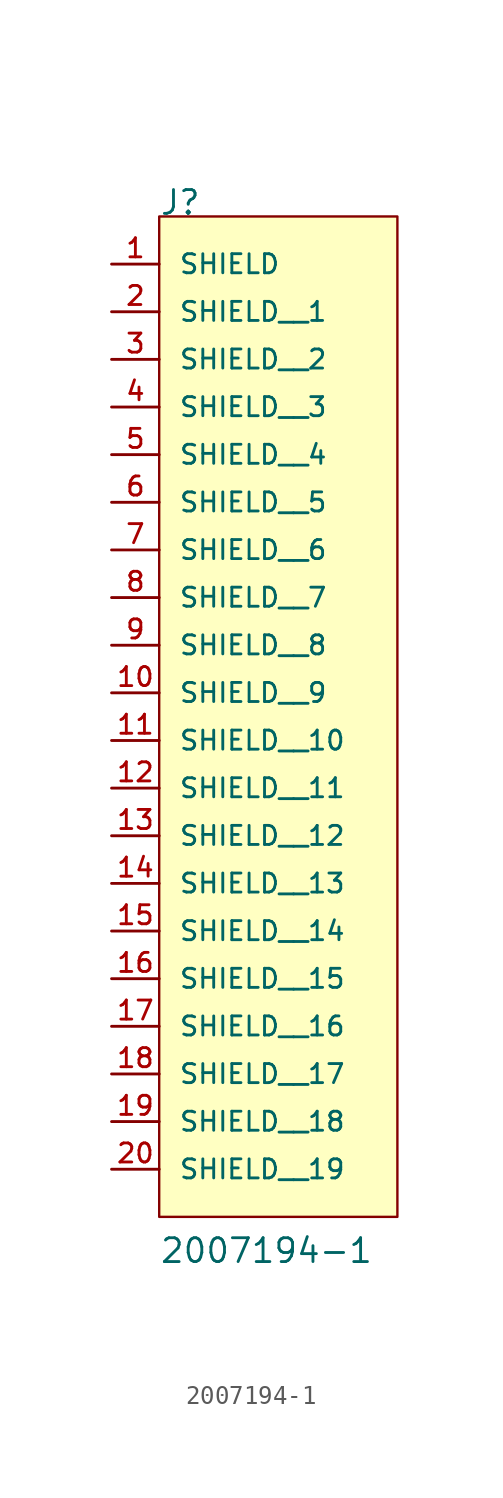
<source format=kicad_sym>
(kicad_symbol_lib
  (version 20211014)
  (generator kicad_symbol_editor)
  (symbol "2007194-1"
    (pin_names
      (offset 1.016))
    (property "Reference" "J"
      (at -5.084 2.542 0)
      (effects (font (size 1.27 1.27)) (justify bottom left)))
    (property "Value" "2007194-1"
      (at -5.086 -53.346 0)
      (effects (font (size 1.27 1.27)) (justify bottom left)))
    (symbol "2007194-1_0_0"
      (rectangle (start -5.08 -50.8) (end 7.62 2.54) (stroke (width 0.127)) (fill (type background)))
      (pin passive line (at -7.62 0.0 0) (length 2.54) (name "SHIELD" (effects (font (size 1.016 1.016)))) (number "1" (effects (font (size 1.016 1.016)))))
      (pin passive line (at -7.62 -2.54 0) (length 2.54) (name "SHIELD__1" (effects (font (size 1.016 1.016)))) (number "2" (effects (font (size 1.016 1.016)))))
      (pin passive line (at -7.62 -5.08 0) (length 2.54) (name "SHIELD__2" (effects (font (size 1.016 1.016)))) (number "3" (effects (font (size 1.016 1.016)))))
      (pin passive line (at -7.62 -7.62 0) (length 2.54) (name "SHIELD__3" (effects (font (size 1.016 1.016)))) (number "4" (effects (font (size 1.016 1.016)))))
      (pin passive line (at -7.62 -10.16 0) (length 2.54) (name "SHIELD__4" (effects (font (size 1.016 1.016)))) (number "5" (effects (font (size 1.016 1.016)))))
      (pin passive line (at -7.62 -12.7 0) (length 2.54) (name "SHIELD__5" (effects (font (size 1.016 1.016)))) (number "6" (effects (font (size 1.016 1.016)))))
      (pin passive line (at -7.62 -15.24 0) (length 2.54) (name "SHIELD__6" (effects (font (size 1.016 1.016)))) (number "7" (effects (font (size 1.016 1.016)))))
      (pin passive line (at -7.62 -17.78 0) (length 2.54) (name "SHIELD__7" (effects (font (size 1.016 1.016)))) (number "8" (effects (font (size 1.016 1.016)))))
      (pin passive line (at -7.62 -20.32 0) (length 2.54) (name "SHIELD__8" (effects (font (size 1.016 1.016)))) (number "9" (effects (font (size 1.016 1.016)))))
      (pin passive line (at -7.62 -22.86 0) (length 2.54) (name "SHIELD__9" (effects (font (size 1.016 1.016)))) (number "10" (effects (font (size 1.016 1.016)))))
      (pin passive line (at -7.62 -25.4 0) (length 2.54) (name "SHIELD__10" (effects (font (size 1.016 1.016)))) (number "11" (effects (font (size 1.016 1.016)))))
      (pin passive line (at -7.62 -27.94 0) (length 2.54) (name "SHIELD__11" (effects (font (size 1.016 1.016)))) (number "12" (effects (font (size 1.016 1.016)))))
      (pin passive line (at -7.62 -30.48 0) (length 2.54) (name "SHIELD__12" (effects (font (size 1.016 1.016)))) (number "13" (effects (font (size 1.016 1.016)))))
      (pin passive line (at -7.62 -33.02 0) (length 2.54) (name "SHIELD__13" (effects (font (size 1.016 1.016)))) (number "14" (effects (font (size 1.016 1.016)))))
      (pin passive line (at -7.62 -35.56 0) (length 2.54) (name "SHIELD__14" (effects (font (size 1.016 1.016)))) (number "15" (effects (font (size 1.016 1.016)))))
      (pin passive line (at -7.62 -38.1 0) (length 2.54) (name "SHIELD__15" (effects (font (size 1.016 1.016)))) (number "16" (effects (font (size 1.016 1.016)))))
      (pin passive line (at -7.62 -40.64 0) (length 2.54) (name "SHIELD__16" (effects (font (size 1.016 1.016)))) (number "17" (effects (font (size 1.016 1.016)))))
      (pin passive line (at -7.62 -43.18 0) (length 2.54) (name "SHIELD__17" (effects (font (size 1.016 1.016)))) (number "18" (effects (font (size 1.016 1.016)))))
      (pin passive line (at -7.62 -45.72 0) (length 2.54) (name "SHIELD__18" (effects (font (size 1.016 1.016)))) (number "19" (effects (font (size 1.016 1.016)))))
      (pin passive line (at -7.62 -48.26 0) (length 2.54) (name "SHIELD__19" (effects (font (size 1.016 1.016)))) (number "20" (effects (font (size 1.016 1.016))))))))
</source>
